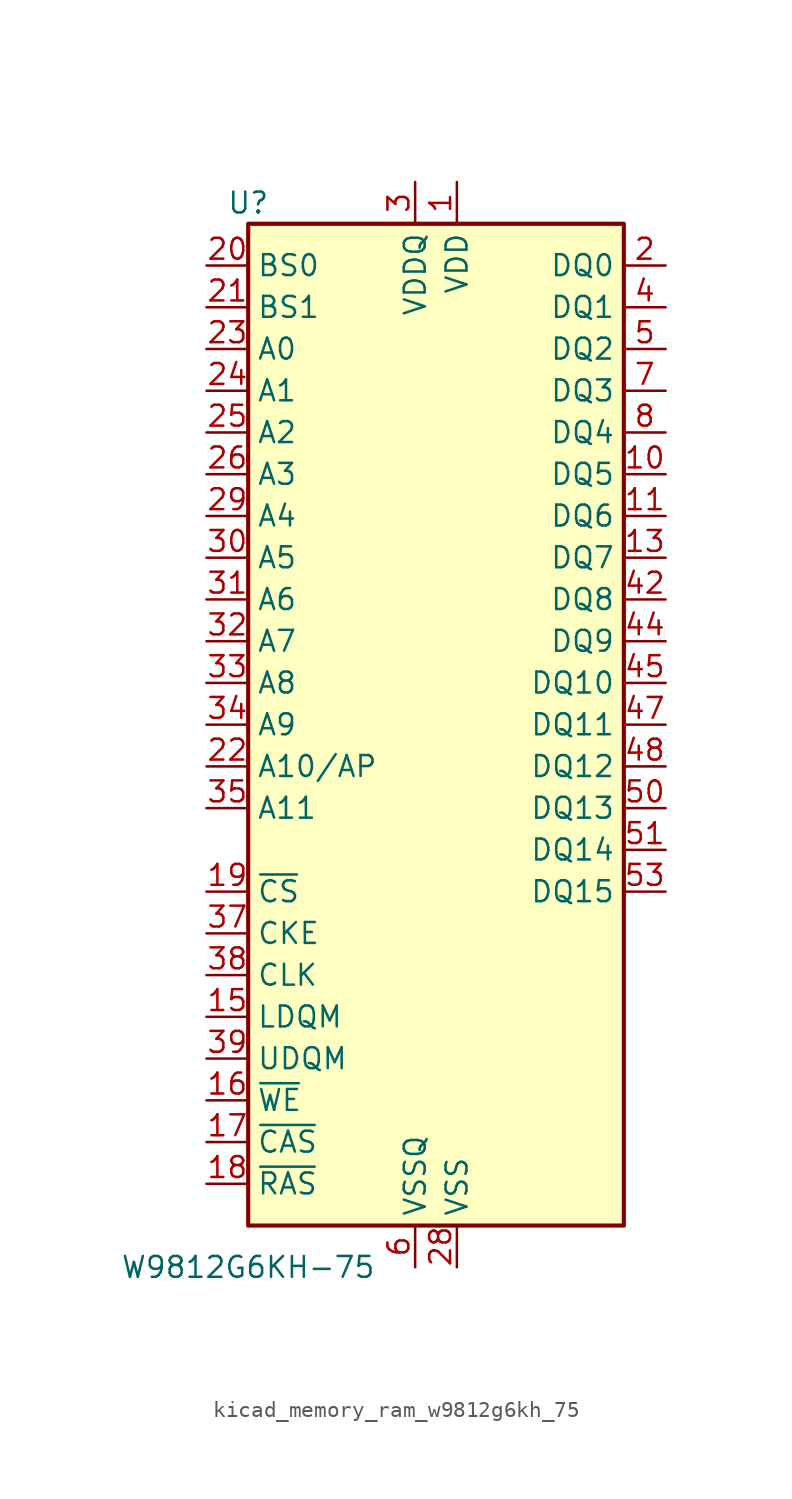
<source format=kicad_sym>
(kicad_symbol_lib
  (version 20220914)
  (generator kicad_symbol_editor)
  (symbol "kicad_memory_ram_w9812g6kh_75"
    (property "Reference" "U"
      (at -10.16 31.75 0)
      (effects (font (size 1.27 1.27))))
    (property "Value" "W9812G6KH-75"
      (at -10.16 -33.02 0)
      (effects (font (size 1.27 1.27))))
    (symbol "kicad_memory_ram_w9812g6kh_75_1_1"
      (rectangle (start -10.16 30.48) (end 12.7 -30.48) (stroke (width 0.254) (type default)) (fill (type background)))
      (pin power_in line (at 2.54 33.02 270) (length 2.54) (name "VDD" (effects (font (size 1.27 1.27)))) (number "1" (effects (font (size 1.27 1.27)))))
      (pin bidirectional line (at 15.24 15.24 180) (length 2.54) (name "DQ5" (effects (font (size 1.27 1.27)))) (number "10" (effects (font (size 1.27 1.27)))))
      (pin bidirectional line (at 15.24 12.7 180) (length 2.54) (name "DQ6" (effects (font (size 1.27 1.27)))) (number "11" (effects (font (size 1.27 1.27)))))
      (pin passive line (at 0 -33.02 90) (length 2.54) hide (name "VSSQ" (effects (font (size 1.27 1.27)))) (number "12" (effects (font (size 1.27 1.27)))))
      (pin bidirectional line (at 15.24 10.16 180) (length 2.54) (name "DQ7" (effects (font (size 1.27 1.27)))) (number "13" (effects (font (size 1.27 1.27)))))
      (pin passive line (at 2.54 33.02 270) (length 2.54) hide (name "VDD" (effects (font (size 1.27 1.27)))) (number "14" (effects (font (size 1.27 1.27)))))
      (pin input line (at -12.7 -17.78 0) (length 2.54) (name "LDQM" (effects (font (size 1.27 1.27)))) (number "15" (effects (font (size 1.27 1.27)))))
      (pin input line (at -12.7 -22.86 0) (length 2.54) (name "~{WE}" (effects (font (size 1.27 1.27)))) (number "16" (effects (font (size 1.27 1.27)))))
      (pin input line (at -12.7 -25.4 0) (length 2.54) (name "~{CAS}" (effects (font (size 1.27 1.27)))) (number "17" (effects (font (size 1.27 1.27)))))
      (pin input line (at -12.7 -27.94 0) (length 2.54) (name "~{RAS}" (effects (font (size 1.27 1.27)))) (number "18" (effects (font (size 1.27 1.27)))))
      (pin input line (at -12.7 -10.16 0) (length 2.54) (name "~{CS}" (effects (font (size 1.27 1.27)))) (number "19" (effects (font (size 1.27 1.27)))))
      (pin bidirectional line (at 15.24 27.94 180) (length 2.54) (name "DQ0" (effects (font (size 1.27 1.27)))) (number "2" (effects (font (size 1.27 1.27)))))
      (pin input line (at -12.7 27.94 0) (length 2.54) (name "BS0" (effects (font (size 1.27 1.27)))) (number "20" (effects (font (size 1.27 1.27)))))
      (pin input line (at -12.7 25.4 0) (length 2.54) (name "BS1" (effects (font (size 1.27 1.27)))) (number "21" (effects (font (size 1.27 1.27)))))
      (pin input line (at -12.7 -2.54 0) (length 2.54) (name "A10/AP" (effects (font (size 1.27 1.27)))) (number "22" (effects (font (size 1.27 1.27)))))
      (pin input line (at -12.7 22.86 0) (length 2.54) (name "A0" (effects (font (size 1.27 1.27)))) (number "23" (effects (font (size 1.27 1.27)))))
      (pin input line (at -12.7 20.32 0) (length 2.54) (name "A1" (effects (font (size 1.27 1.27)))) (number "24" (effects (font (size 1.27 1.27)))))
      (pin input line (at -12.7 17.78 0) (length 2.54) (name "A2" (effects (font (size 1.27 1.27)))) (number "25" (effects (font (size 1.27 1.27)))))
      (pin input line (at -12.7 15.24 0) (length 2.54) (name "A3" (effects (font (size 1.27 1.27)))) (number "26" (effects (font (size 1.27 1.27)))))
      (pin passive line (at 2.54 33.02 270) (length 2.54) hide (name "VDD" (effects (font (size 1.27 1.27)))) (number "27" (effects (font (size 1.27 1.27)))))
      (pin power_in line (at 2.54 -33.02 90) (length 2.54) (name "VSS" (effects (font (size 1.27 1.27)))) (number "28" (effects (font (size 1.27 1.27)))))
      (pin input line (at -12.7 12.7 0) (length 2.54) (name "A4" (effects (font (size 1.27 1.27)))) (number "29" (effects (font (size 1.27 1.27)))))
      (pin power_in line (at 0 33.02 270) (length 2.54) (name "VDDQ" (effects (font (size 1.27 1.27)))) (number "3" (effects (font (size 1.27 1.27)))))
      (pin input line (at -12.7 10.16 0) (length 2.54) (name "A5" (effects (font (size 1.27 1.27)))) (number "30" (effects (font (size 1.27 1.27)))))
      (pin input line (at -12.7 7.62 0) (length 2.54) (name "A6" (effects (font (size 1.27 1.27)))) (number "31" (effects (font (size 1.27 1.27)))))
      (pin input line (at -12.7 5.08 0) (length 2.54) (name "A7" (effects (font (size 1.27 1.27)))) (number "32" (effects (font (size 1.27 1.27)))))
      (pin input line (at -12.7 2.54 0) (length 2.54) (name "A8" (effects (font (size 1.27 1.27)))) (number "33" (effects (font (size 1.27 1.27)))))
      (pin input line (at -12.7 0 0) (length 2.54) (name "A9" (effects (font (size 1.27 1.27)))) (number "34" (effects (font (size 1.27 1.27)))))
      (pin input line (at -12.7 -5.08 0) (length 2.54) (name "A11" (effects (font (size 1.27 1.27)))) (number "35" (effects (font (size 1.27 1.27)))))
      (pin no_connect line (at 12.7 -15.24 180) (length 2.54) hide (name "NC" (effects (font (size 1.27 1.27)))) (number "36" (effects (font (size 1.27 1.27)))))
      (pin input line (at -12.7 -12.7 0) (length 2.54) (name "CKE" (effects (font (size 1.27 1.27)))) (number "37" (effects (font (size 1.27 1.27)))))
      (pin input line (at -12.7 -15.24 0) (length 2.54) (name "CLK" (effects (font (size 1.27 1.27)))) (number "38" (effects (font (size 1.27 1.27)))))
      (pin input line (at -12.7 -20.32 0) (length 2.54) (name "UDQM" (effects (font (size 1.27 1.27)))) (number "39" (effects (font (size 1.27 1.27)))))
      (pin bidirectional line (at 15.24 25.4 180) (length 2.54) (name "DQ1" (effects (font (size 1.27 1.27)))) (number "4" (effects (font (size 1.27 1.27)))))
      (pin no_connect line (at 12.7 -17.78 180) (length 2.54) hide (name "NC" (effects (font (size 1.27 1.27)))) (number "40" (effects (font (size 1.27 1.27)))))
      (pin passive line (at 2.54 -33.02 90) (length 2.54) hide (name "VSS" (effects (font (size 1.27 1.27)))) (number "41" (effects (font (size 1.27 1.27)))))
      (pin bidirectional line (at 15.24 7.62 180) (length 2.54) (name "DQ8" (effects (font (size 1.27 1.27)))) (number "42" (effects (font (size 1.27 1.27)))))
      (pin passive line (at 0 33.02 270) (length 2.54) hide (name "VDDQ" (effects (font (size 1.27 1.27)))) (number "43" (effects (font (size 1.27 1.27)))))
      (pin bidirectional line (at 15.24 5.08 180) (length 2.54) (name "DQ9" (effects (font (size 1.27 1.27)))) (number "44" (effects (font (size 1.27 1.27)))))
      (pin bidirectional line (at 15.24 2.54 180) (length 2.54) (name "DQ10" (effects (font (size 1.27 1.27)))) (number "45" (effects (font (size 1.27 1.27)))))
      (pin passive line (at 0 -33.02 90) (length 2.54) hide (name "VSSQ" (effects (font (size 1.27 1.27)))) (number "46" (effects (font (size 1.27 1.27)))))
      (pin bidirectional line (at 15.24 0 180) (length 2.54) (name "DQ11" (effects (font (size 1.27 1.27)))) (number "47" (effects (font (size 1.27 1.27)))))
      (pin bidirectional line (at 15.24 -2.54 180) (length 2.54) (name "DQ12" (effects (font (size 1.27 1.27)))) (number "48" (effects (font (size 1.27 1.27)))))
      (pin passive line (at 0 33.02 270) (length 2.54) hide (name "VDDQ" (effects (font (size 1.27 1.27)))) (number "49" (effects (font (size 1.27 1.27)))))
      (pin bidirectional line (at 15.24 22.86 180) (length 2.54) (name "DQ2" (effects (font (size 1.27 1.27)))) (number "5" (effects (font (size 1.27 1.27)))))
      (pin bidirectional line (at 15.24 -5.08 180) (length 2.54) (name "DQ13" (effects (font (size 1.27 1.27)))) (number "50" (effects (font (size 1.27 1.27)))))
      (pin bidirectional line (at 15.24 -7.62 180) (length 2.54) (name "DQ14" (effects (font (size 1.27 1.27)))) (number "51" (effects (font (size 1.27 1.27)))))
      (pin passive line (at 0 -33.02 90) (length 2.54) hide (name "VSSQ" (effects (font (size 1.27 1.27)))) (number "52" (effects (font (size 1.27 1.27)))))
      (pin bidirectional line (at 15.24 -10.16 180) (length 2.54) (name "DQ15" (effects (font (size 1.27 1.27)))) (number "53" (effects (font (size 1.27 1.27)))))
      (pin passive line (at 2.54 -33.02 90) (length 2.54) hide (name "VSS" (effects (font (size 1.27 1.27)))) (number "54" (effects (font (size 1.27 1.27)))))
      (pin power_in line (at 0 -33.02 90) (length 2.54) (name "VSSQ" (effects (font (size 1.27 1.27)))) (number "6" (effects (font (size 1.27 1.27)))))
      (pin bidirectional line (at 15.24 20.32 180) (length 2.54) (name "DQ3" (effects (font (size 1.27 1.27)))) (number "7" (effects (font (size 1.27 1.27)))))
      (pin bidirectional line (at 15.24 17.78 180) (length 2.54) (name "DQ4" (effects (font (size 1.27 1.27)))) (number "8" (effects (font (size 1.27 1.27)))))
      (pin passive line (at 0 33.02 270) (length 2.54) hide (name "VDDQ" (effects (font (size 1.27 1.27)))) (number "9" (effects (font (size 1.27 1.27))))))))
</source>
